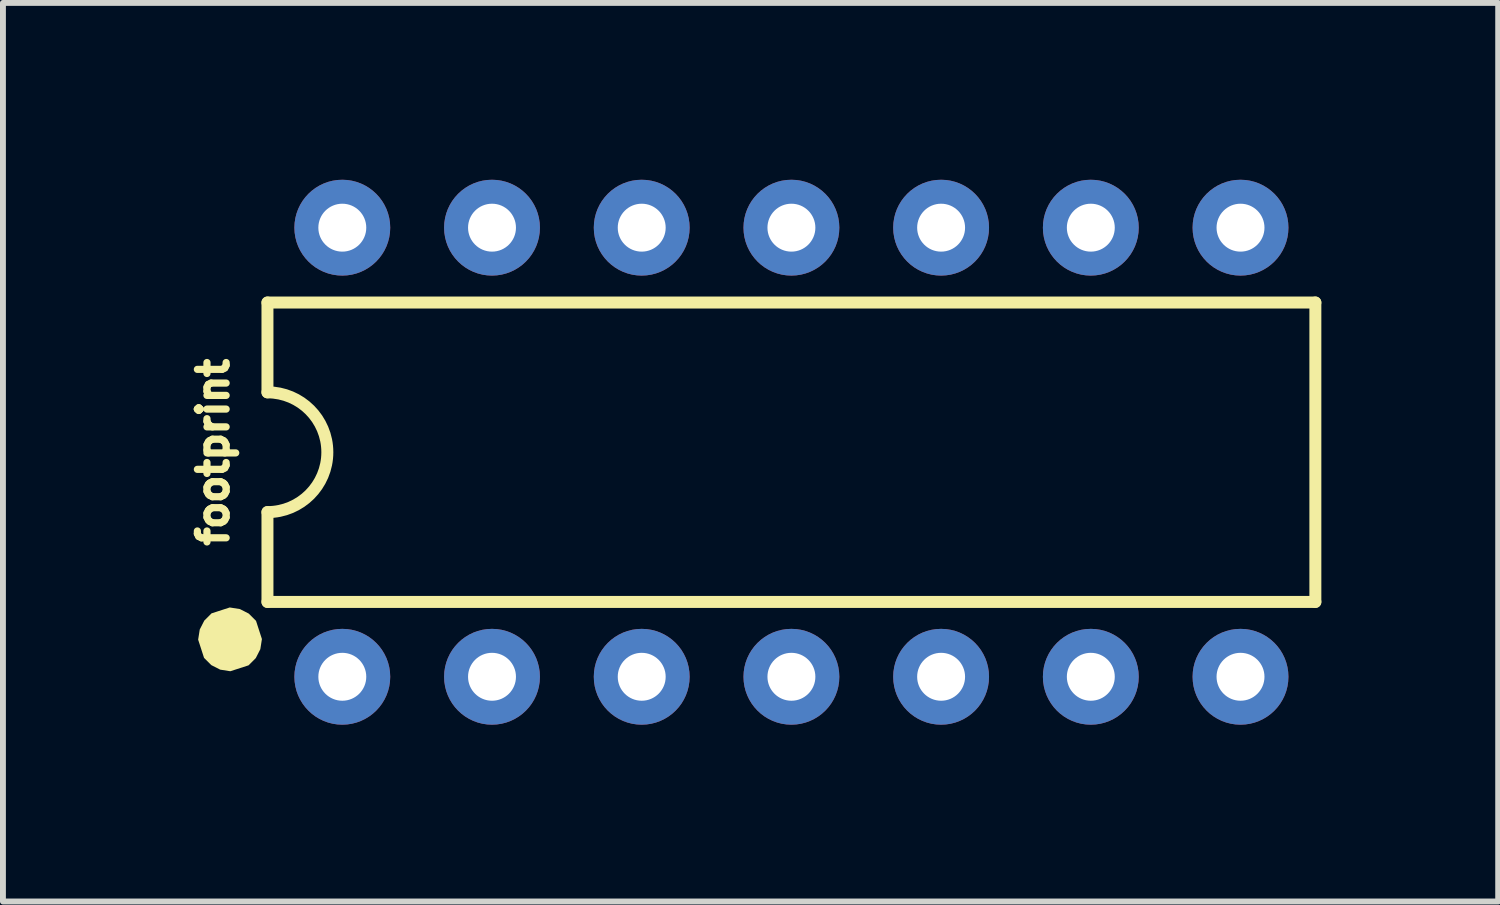
<source format=kicad_pcb>
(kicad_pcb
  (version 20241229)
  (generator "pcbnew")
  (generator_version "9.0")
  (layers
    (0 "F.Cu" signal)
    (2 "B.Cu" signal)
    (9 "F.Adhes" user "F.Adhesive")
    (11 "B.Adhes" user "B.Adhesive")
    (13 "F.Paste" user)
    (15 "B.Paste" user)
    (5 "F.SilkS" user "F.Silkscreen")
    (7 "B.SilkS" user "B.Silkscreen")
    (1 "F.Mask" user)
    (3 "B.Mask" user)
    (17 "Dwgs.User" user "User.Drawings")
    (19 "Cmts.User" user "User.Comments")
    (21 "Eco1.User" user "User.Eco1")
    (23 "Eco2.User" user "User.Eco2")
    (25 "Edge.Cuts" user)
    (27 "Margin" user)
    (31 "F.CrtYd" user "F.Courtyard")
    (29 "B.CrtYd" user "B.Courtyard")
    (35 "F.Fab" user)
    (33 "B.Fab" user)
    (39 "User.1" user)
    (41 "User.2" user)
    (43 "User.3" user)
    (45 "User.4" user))
  (footprint "footprint"
    (layer "F.Cu")
    (at 10.378 4.623)
    (property "Reference" "footprint" (at -9.525 0 90) (layer "F.SilkS") (effects (font (size 0.488 0.488) (thickness 0.122)) (justify bottom)))
    (fp_line (start -8.89 -2.54) (end -8.89 -1.016) (stroke (width 0.203) (type solid)) (layer "F.SilkS"))
    (fp_line (start -8.89 2.54) (end -8.89 1.016) (stroke (width 0.203) (type solid)) (layer "F.SilkS"))
    (fp_line (start -8.89 2.54) (end 8.89 2.54) (stroke (width 0.203) (type solid)) (layer "F.SilkS"))
    (fp_line (start 8.89 -2.54) (end -8.89 -2.54) (stroke (width 0.203) (type solid)) (layer "F.SilkS"))
    (fp_line (start 8.89 -2.54) (end 8.89 2.54) (stroke (width 0.203) (type solid)) (layer "F.SilkS"))
    (fp_arc (start -8.89 -1.016) (mid -7.874 0) (end -8.89 1.016) (stroke (width 0.2032) (type solid)) (layer "F.SilkS"))
    (fp_poly (pts (xy -9.358 2.661) (xy -9.207 2.738) (xy -9.084 2.861) (xy -8.984 3.17) (xy -9.011 3.342) (xy -9.088 3.493) (xy -9.211 3.616) (xy -9.52 3.716) (xy -9.692 3.689) (xy -9.843 3.612) (xy -9.966 3.489) (xy -10.066 3.18) (xy -10.039 3.008) (xy -9.962 2.857) (xy -9.839 2.734) (xy -9.53 2.634)) (stroke (width 0) (type solid)) (fill yes) (layer "F.SilkS"))
    (pad "1" thru_hole circle (at -7.62 3.81 90) (size 1.626 1.626) (drill 0.813) (layers "*.Cu" "*.Mask"))
    (pad "2" thru_hole circle (at -5.08 3.81 90) (size 1.626 1.626) (drill 0.813) (layers "*.Cu" "*.Mask"))
    (pad "3" thru_hole circle (at -2.54 3.81 90) (size 1.626 1.626) (drill 0.813) (layers "*.Cu" "*.Mask"))
    (pad "4" thru_hole circle (at 0 3.81 90) (size 1.626 1.626) (drill 0.813) (layers "*.Cu" "*.Mask"))
    (pad "5" thru_hole circle (at 2.54 3.81 90) (size 1.626 1.626) (drill 0.813) (layers "*.Cu" "*.Mask"))
    (pad "6" thru_hole circle (at 5.08 3.81 90) (size 1.626 1.626) (drill 0.813) (layers "*.Cu" "*.Mask"))
    (pad "7" thru_hole circle (at 7.62 3.81 90) (size 1.626 1.626) (drill 0.813) (layers "*.Cu" "*.Mask"))
    (pad "8" thru_hole circle (at 7.62 -3.81 90) (size 1.626 1.626) (drill 0.813) (layers "*.Cu" "*.Mask"))
    (pad "9" thru_hole circle (at 5.08 -3.81 90) (size 1.626 1.626) (drill 0.813) (layers "*.Cu" "*.Mask"))
    (pad "10" thru_hole circle (at 2.54 -3.81 90) (size 1.626 1.626) (drill 0.813) (layers "*.Cu" "*.Mask"))
    (pad "11" thru_hole circle (at 0 -3.81 90) (size 1.626 1.626) (drill 0.813) (layers "*.Cu" "*.Mask"))
    (pad "12" thru_hole circle (at -2.54 -3.81 90) (size 1.626 1.626) (drill 0.813) (layers "*.Cu" "*.Mask"))
    (pad "13" thru_hole circle (at -5.08 -3.81 90) (size 1.626 1.626) (drill 0.813) (layers "*.Cu" "*.Mask"))
    (pad "14" thru_hole circle (at -7.62 -3.81 90) (size 1.626 1.626) (drill 0.813) (layers "*.Cu" "*.Mask")))
  (gr_rect
    (start -3 -3)
    (end 22.37 12.246)
    (stroke (width 0.1) (type default))
    (fill no)
    (layer "Edge.Cuts")))
</source>
